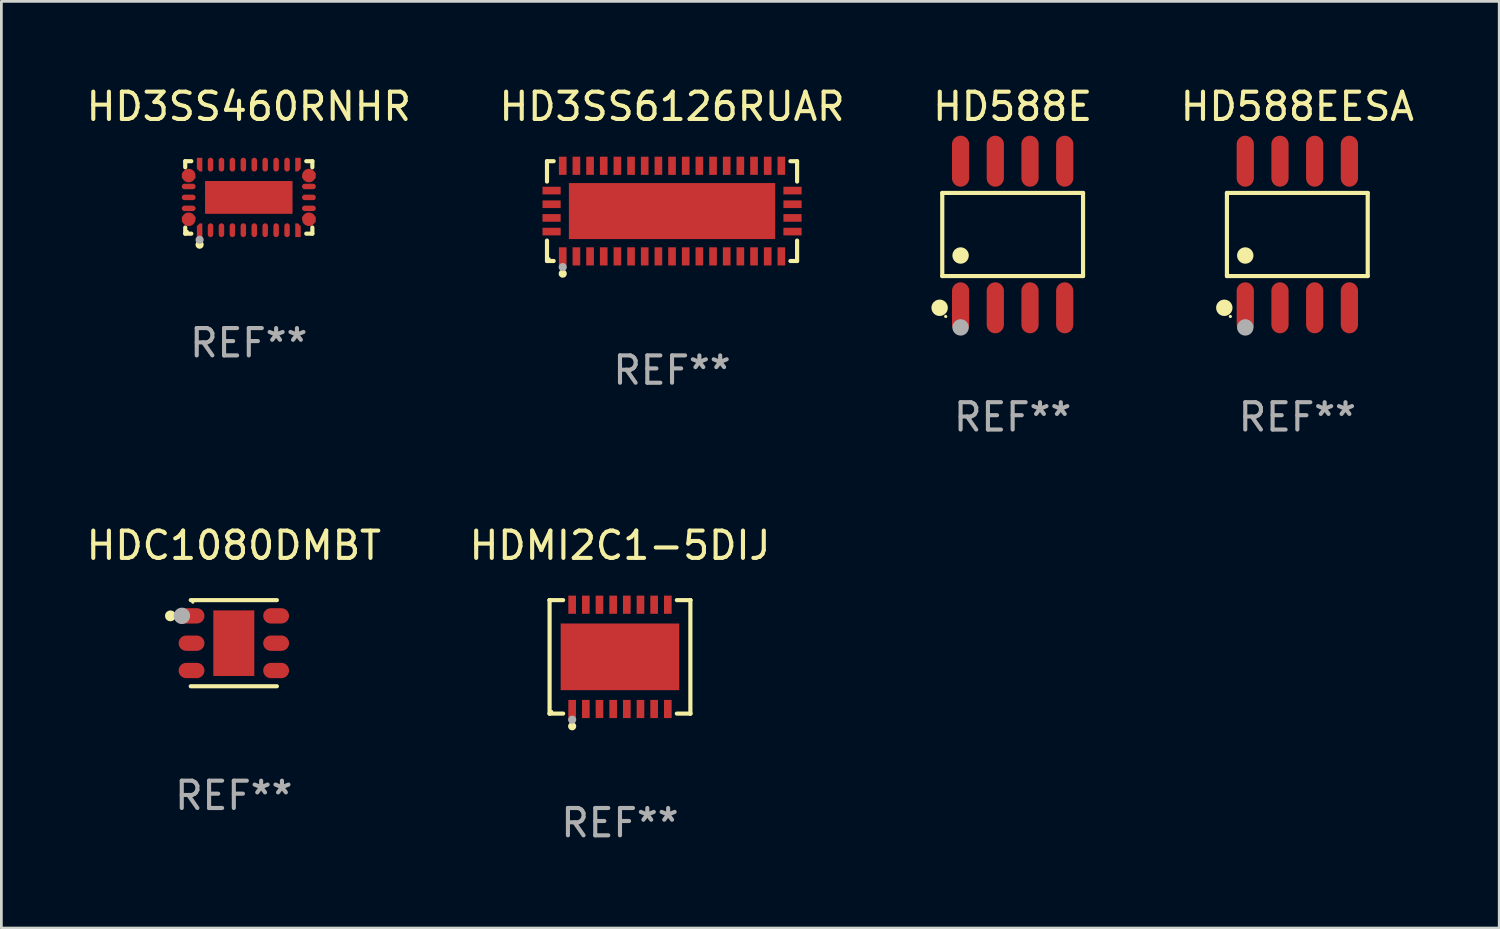
<source format=kicad_pcb>
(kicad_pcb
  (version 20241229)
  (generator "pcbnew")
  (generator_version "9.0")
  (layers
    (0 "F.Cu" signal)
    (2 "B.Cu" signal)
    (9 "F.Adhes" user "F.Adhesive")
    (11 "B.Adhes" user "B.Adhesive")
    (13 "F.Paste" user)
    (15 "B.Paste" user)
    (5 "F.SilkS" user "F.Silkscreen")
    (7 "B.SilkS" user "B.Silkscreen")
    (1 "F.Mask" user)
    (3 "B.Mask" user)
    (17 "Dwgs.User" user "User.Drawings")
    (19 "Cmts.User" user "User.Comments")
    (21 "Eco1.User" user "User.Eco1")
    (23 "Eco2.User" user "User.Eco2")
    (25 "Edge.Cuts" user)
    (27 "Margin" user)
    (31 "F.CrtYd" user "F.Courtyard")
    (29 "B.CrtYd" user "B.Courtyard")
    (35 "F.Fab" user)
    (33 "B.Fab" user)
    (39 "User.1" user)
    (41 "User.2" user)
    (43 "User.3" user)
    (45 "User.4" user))
  (footprint "HDMI2C1-5DIJ"
    (layer "F.Cu")
    (at 19.637 20.986)
    (property "Reference" "HDMI2C1-5DIJ" (at 0 -4.076 0) (layer "F.SilkS") (effects (font (size 1 1) (thickness 0.15))))
    (attr through_hole)
    (fp_line (start -2.576 -2.076) (end -2.576 -2.076) (stroke (width 0.152) (type solid)) (layer "F.SilkS"))
    (fp_line (start -2.576 -2.076) (end -2.08 -2.076) (stroke (width 0.152) (type solid)) (layer "F.SilkS"))
    (fp_line (start -2.576 2.076) (end -2.576 -2.076) (stroke (width 0.152) (type solid)) (layer "F.SilkS"))
    (fp_line (start -2.576 2.076) (end -2.576 2.076) (stroke (width 0.152) (type solid)) (layer "F.SilkS"))
    (fp_line (start -2.08 2.076) (end -2.576 2.076) (stroke (width 0.152) (type solid)) (layer "F.SilkS"))
    (fp_line (start 2.08 2.076) (end 2.576 2.076) (stroke (width 0.152) (type solid)) (layer "F.SilkS"))
    (fp_line (start 2.576 -2.076) (end 2.08 -2.076) (stroke (width 0.152) (type solid)) (layer "F.SilkS"))
    (fp_line (start 2.576 -2.076) (end 2.576 -2.076) (stroke (width 0.152) (type solid)) (layer "F.SilkS"))
    (fp_line (start 2.576 2.076) (end 2.576 -2.076) (stroke (width 0.152) (type solid)) (layer "F.SilkS"))
    (fp_line (start 2.576 2.076) (end 2.576 2.076) (stroke (width 0.152) (type solid)) (layer "F.SilkS"))
    (fp_circle (center -2.5 2) (end -2.47 2) (stroke (width 0.06) (type solid)) (fill no) (layer "F.SilkS"))
    (fp_circle (center -1.75 2.54) (end -1.675 2.54) (stroke (width 0.15) (type solid)) (fill no) (layer "F.SilkS"))
    (fp_circle (center -1.75 2.3) (end -1.675 2.3) (stroke (width 0.15) (type solid)) (fill no) (layer "F.Fab"))
    (fp_text user "REF**" (at 0 6.076 0) (layer "F.Fab") (effects (font (size 1 1) (thickness 0.15))))
    (pad "1" smd rect (at -1.75 1.908) (size 0.28 0.665) (layers "F.Cu" "F.Mask" "F.Paste"))
    (pad "2" smd rect (at -1.25 1.908) (size 0.28 0.665) (layers "F.Cu" "F.Mask" "F.Paste"))
    (pad "3" smd rect (at -0.75 1.908) (size 0.28 0.665) (layers "F.Cu" "F.Mask" "F.Paste"))
    (pad "4" smd rect (at -0.25 1.908) (size 0.28 0.665) (layers "F.Cu" "F.Mask" "F.Paste"))
    (pad "5" smd rect (at 0.25 1.908) (size 0.28 0.665) (layers "F.Cu" "F.Mask" "F.Paste"))
    (pad "6" smd rect (at 0.75 1.908) (size 0.28 0.665) (layers "F.Cu" "F.Mask" "F.Paste"))
    (pad "7" smd rect (at 1.25 1.908) (size 0.28 0.665) (layers "F.Cu" "F.Mask" "F.Paste"))
    (pad "8" smd rect (at 1.75 1.908) (size 0.28 0.665) (layers "F.Cu" "F.Mask" "F.Paste"))
    (pad "9" smd rect (at 1.75 -1.908) (size 0.28 0.665) (layers "F.Cu" "F.Mask" "F.Paste"))
    (pad "10" smd rect (at 1.25 -1.908) (size 0.28 0.665) (layers "F.Cu" "F.Mask" "F.Paste"))
    (pad "11" smd rect (at 0.75 -1.908) (size 0.28 0.665) (layers "F.Cu" "F.Mask" "F.Paste"))
    (pad "12" smd rect (at 0.25 -1.908) (size 0.28 0.665) (layers "F.Cu" "F.Mask" "F.Paste"))
    (pad "13" smd rect (at -0.25 -1.908) (size 0.28 0.665) (layers "F.Cu" "F.Mask" "F.Paste"))
    (pad "14" smd rect (at -0.75 -1.908) (size 0.28 0.665) (layers "F.Cu" "F.Mask" "F.Paste"))
    (pad "15" smd rect (at -1.25 -1.908) (size 0.28 0.665) (layers "F.Cu" "F.Mask" "F.Paste"))
    (pad "16" smd rect (at -1.75 -1.908) (size 0.28 0.665) (layers "F.Cu" "F.Mask" "F.Paste"))
    (pad "17" smd rect (at 0 0) (size 4.34 2.44) (layers "F.Cu" "F.Mask" "F.Paste")))
  (footprint "HD3SS6126RUAR"
    (layer "F.Cu")
    (at 21.542 4.674)
    (property "Reference" "HD3SS6126RUAR" (at 0 -3.826 0) (layer "F.SilkS") (effects (font (size 1 1) (thickness 0.15))))
    (attr through_hole)
    (fp_line (start -4.576 -1.826) (end -4.331 -1.826) (stroke (width 0.152) (type solid)) (layer "F.SilkS"))
    (fp_line (start -4.576 -1.08) (end -4.576 -1.826) (stroke (width 0.152) (type solid)) (layer "F.SilkS"))
    (fp_line (start -4.576 1.08) (end -4.576 1.826) (stroke (width 0.152) (type solid)) (layer "F.SilkS"))
    (fp_line (start -4.576 1.826) (end -4.331 1.826) (stroke (width 0.152) (type solid)) (layer "F.SilkS"))
    (fp_line (start 4.576 -1.826) (end 4.331 -1.826) (stroke (width 0.152) (type solid)) (layer "F.SilkS"))
    (fp_line (start 4.576 -1.08) (end 4.576 -1.826) (stroke (width 0.152) (type solid)) (layer "F.SilkS"))
    (fp_line (start 4.576 1.08) (end 4.576 1.826) (stroke (width 0.152) (type solid)) (layer "F.SilkS"))
    (fp_line (start 4.576 1.826) (end 4.331 1.826) (stroke (width 0.152) (type solid)) (layer "F.SilkS"))
    (fp_circle (center -4.5 1.75) (end -4.47 1.75) (stroke (width 0.06) (type solid)) (fill no) (layer "F.SilkS"))
    (fp_circle (center -4 2.29) (end -3.925 2.29) (stroke (width 0.15) (type solid)) (fill no) (layer "F.SilkS"))
    (fp_circle (center -4 2.05) (end -3.925 2.05) (stroke (width 0.15) (type solid)) (fill no) (layer "F.Fab"))
    (fp_text user "REF**" (at 0 5.826 0) (layer "F.Fab") (effects (font (size 1 1) (thickness 0.15))))
    (pad "1" smd rect (at -4 1.658) (size 0.28 0.665) (layers "F.Cu" "F.Mask" "F.Paste"))
    (pad "2" smd rect (at -3.5 1.658) (size 0.28 0.665) (layers "F.Cu" "F.Mask" "F.Paste"))
    (pad "3" smd rect (at -3 1.658) (size 0.28 0.665) (layers "F.Cu" "F.Mask" "F.Paste"))
    (pad "4" smd rect (at -2.5 1.658) (size 0.28 0.665) (layers "F.Cu" "F.Mask" "F.Paste"))
    (pad "5" smd rect (at -2 1.658) (size 0.28 0.665) (layers "F.Cu" "F.Mask" "F.Paste"))
    (pad "6" smd rect (at -1.5 1.658) (size 0.28 0.665) (layers "F.Cu" "F.Mask" "F.Paste"))
    (pad "7" smd rect (at -1 1.658) (size 0.28 0.665) (layers "F.Cu" "F.Mask" "F.Paste"))
    (pad "8" smd rect (at -0.5 1.658) (size 0.28 0.665) (layers "F.Cu" "F.Mask" "F.Paste"))
    (pad "9" smd rect (at 0 1.658) (size 0.28 0.665) (layers "F.Cu" "F.Mask" "F.Paste"))
    (pad "10" smd rect (at 0.5 1.658) (size 0.28 0.665) (layers "F.Cu" "F.Mask" "F.Paste"))
    (pad "11" smd rect (at 1 1.658) (size 0.28 0.665) (layers "F.Cu" "F.Mask" "F.Paste"))
    (pad "12" smd rect (at 1.5 1.658) (size 0.28 0.665) (layers "F.Cu" "F.Mask" "F.Paste"))
    (pad "13" smd rect (at 2 1.658) (size 0.28 0.665) (layers "F.Cu" "F.Mask" "F.Paste"))
    (pad "14" smd rect (at 2.5 1.658) (size 0.28 0.665) (layers "F.Cu" "F.Mask" "F.Paste"))
    (pad "15" smd rect (at 3 1.658) (size 0.28 0.665) (layers "F.Cu" "F.Mask" "F.Paste"))
    (pad "16" smd rect (at 3.5 1.658) (size 0.28 0.665) (layers "F.Cu" "F.Mask" "F.Paste"))
    (pad "17" smd rect (at 4 1.658) (size 0.28 0.665) (layers "F.Cu" "F.Mask" "F.Paste"))
    (pad "18" smd rect (at 4.408 0.75) (size 0.665 0.28) (layers "F.Cu" "F.Mask" "F.Paste"))
    (pad "19" smd rect (at 4.408 0.25) (size 0.665 0.28) (layers "F.Cu" "F.Mask" "F.Paste"))
    (pad "20" smd rect (at 4.408 -0.25) (size 0.665 0.28) (layers "F.Cu" "F.Mask" "F.Paste"))
    (pad "21" smd rect (at 4.408 -0.75) (size 0.665 0.28) (layers "F.Cu" "F.Mask" "F.Paste"))
    (pad "22" smd rect (at 4 -1.658) (size 0.28 0.665) (layers "F.Cu" "F.Mask" "F.Paste"))
    (pad "23" smd rect (at 3.5 -1.658) (size 0.28 0.665) (layers "F.Cu" "F.Mask" "F.Paste"))
    (pad "24" smd rect (at 3 -1.658) (size 0.28 0.665) (layers "F.Cu" "F.Mask" "F.Paste"))
    (pad "25" smd rect (at 2.5 -1.658) (size 0.28 0.665) (layers "F.Cu" "F.Mask" "F.Paste"))
    (pad "26" smd rect (at 2 -1.658) (size 0.28 0.665) (layers "F.Cu" "F.Mask" "F.Paste"))
    (pad "27" smd rect (at 1.5 -1.658) (size 0.28 0.665) (layers "F.Cu" "F.Mask" "F.Paste"))
    (pad "28" smd rect (at 1 -1.658) (size 0.28 0.665) (layers "F.Cu" "F.Mask" "F.Paste"))
    (pad "29" smd rect (at 0.5 -1.658) (size 0.28 0.665) (layers "F.Cu" "F.Mask" "F.Paste"))
    (pad "30" smd rect (at 0 -1.658) (size 0.28 0.665) (layers "F.Cu" "F.Mask" "F.Paste"))
    (pad "31" smd rect (at -0.5 -1.658) (size 0.28 0.665) (layers "F.Cu" "F.Mask" "F.Paste"))
    (pad "32" smd rect (at -1 -1.658) (size 0.28 0.665) (layers "F.Cu" "F.Mask" "F.Paste"))
    (pad "33" smd rect (at -1.5 -1.658) (size 0.28 0.665) (layers "F.Cu" "F.Mask" "F.Paste"))
    (pad "34" smd rect (at -2 -1.658) (size 0.28 0.665) (layers "F.Cu" "F.Mask" "F.Paste"))
    (pad "35" smd rect (at -2.5 -1.658) (size 0.28 0.665) (layers "F.Cu" "F.Mask" "F.Paste"))
    (pad "36" smd rect (at -3 -1.658) (size 0.28 0.665) (layers "F.Cu" "F.Mask" "F.Paste"))
    (pad "37" smd rect (at -3.5 -1.658) (size 0.28 0.665) (layers "F.Cu" "F.Mask" "F.Paste"))
    (pad "38" smd rect (at -4 -1.658) (size 0.28 0.665) (layers "F.Cu" "F.Mask" "F.Paste"))
    (pad "39" smd rect (at -4.408 -0.75) (size 0.665 0.28) (layers "F.Cu" "F.Mask" "F.Paste"))
    (pad "40" smd rect (at -4.408 -0.25) (size 0.665 0.28) (layers "F.Cu" "F.Mask" "F.Paste"))
    (pad "41" smd rect (at -4.408 0.25) (size 0.665 0.28) (layers "F.Cu" "F.Mask" "F.Paste"))
    (pad "42" smd rect (at -4.408 0.75) (size 0.665 0.28) (layers "F.Cu" "F.Mask" "F.Paste"))
    (pad "43" smd rect (at 0 0) (size 7.55 2.05) (layers "F.Cu" "F.Mask" "F.Paste")))
  (footprint "HD588E"
    (layer "F.Cu")
    (at 34.006 5.531)
    (property "Reference" "HD588E" (at 0 -4.682 0) (layer "F.SilkS") (effects (font (size 1 1) (thickness 0.15))))
    (attr through_hole)
    (fp_line (start -2.576 -1.521) (end 2.576 -1.521) (stroke (width 0.152) (type solid)) (layer "F.SilkS"))
    (fp_line (start -2.576 1.521) (end -2.576 -1.521) (stroke (width 0.152) (type solid)) (layer "F.SilkS"))
    (fp_line (start 2.576 -1.521) (end 2.576 1.521) (stroke (width 0.152) (type solid)) (layer "F.SilkS"))
    (fp_line (start 2.576 1.521) (end -2.576 1.521) (stroke (width 0.152) (type solid)) (layer "F.SilkS"))
    (fp_circle (center -2.672 2.682) (end -2.522 2.682) (stroke (width 0.3) (type solid)) (fill no) (layer "F.SilkS"))
    (fp_circle (center -2.45 3) (end -2.42 3) (stroke (width 0.06) (type solid)) (fill no) (layer "F.SilkS"))
    (fp_circle (center -1.905 0.769) (end -1.755 0.769) (stroke (width 0.3) (type solid)) (fill no) (layer "F.SilkS"))
    (fp_circle (center -1.905 3.4) (end -1.755 3.4) (stroke (width 0.3) (type solid)) (fill no) (layer "F.Fab"))
    (fp_text user "REF**" (at 0 6.682 0) (layer "F.Fab") (effects (font (size 1 1) (thickness 0.15))))
    (pad "1" smd oval (at -1.905 2.682) (size 0.63 1.865) (layers "F.Cu" "F.Mask" "F.Paste"))
    (pad "2" smd oval (at -0.635 2.682) (size 0.63 1.865) (layers "F.Cu" "F.Mask" "F.Paste"))
    (pad "3" smd oval (at 0.635 2.682) (size 0.63 1.865) (layers "F.Cu" "F.Mask" "F.Paste"))
    (pad "4" smd oval (at 1.905 2.682) (size 0.63 1.865) (layers "F.Cu" "F.Mask" "F.Paste"))
    (pad "5" smd oval (at 1.905 -2.682) (size 0.63 1.865) (layers "F.Cu" "F.Mask" "F.Paste"))
    (pad "6" smd oval (at 0.635 -2.682) (size 0.63 1.865) (layers "F.Cu" "F.Mask" "F.Paste"))
    (pad "7" smd oval (at -0.635 -2.682) (size 0.63 1.865) (layers "F.Cu" "F.Mask" "F.Paste"))
    (pad "8" smd oval (at -1.905 -2.682) (size 0.63 1.865) (layers "F.Cu" "F.Mask" "F.Paste")))
  (footprint "HD3SS460RNHR"
    (layer "F.Cu")
    (at 6.054 4.174)
    (property "Reference" "HD3SS460RNHR" (at 0 -3.326 0) (layer "F.SilkS") (effects (font (size 1 1) (thickness 0.15))))
    (attr through_hole)
    (fp_line (start -2.326 -1.326) (end -2.103 -1.326) (stroke (width 0.152) (type solid)) (layer "F.SilkS"))
    (fp_line (start -2.326 -1.103) (end -2.326 -1.326) (stroke (width 0.152) (type solid)) (layer "F.SilkS"))
    (fp_line (start -2.326 1.103) (end -2.326 1.326) (stroke (width 0.152) (type solid)) (layer "F.SilkS"))
    (fp_line (start -2.326 1.326) (end -2.103 1.326) (stroke (width 0.152) (type solid)) (layer "F.SilkS"))
    (fp_line (start 2.326 -1.326) (end 2.103 -1.326) (stroke (width 0.152) (type solid)) (layer "F.SilkS"))
    (fp_line (start 2.326 -1.103) (end 2.326 -1.326) (stroke (width 0.152) (type solid)) (layer "F.SilkS"))
    (fp_line (start 2.326 1.103) (end 2.326 1.326) (stroke (width 0.152) (type solid)) (layer "F.SilkS"))
    (fp_line (start 2.326 1.326) (end 2.103 1.326) (stroke (width 0.152) (type solid)) (layer "F.SilkS"))
    (fp_circle (center -2.25 1.25) (end -2.22 1.25) (stroke (width 0.06) (type solid)) (fill no) (layer "F.SilkS"))
    (fp_circle (center -1.8 1.73) (end -1.725 1.73) (stroke (width 0.15) (type solid)) (fill no) (layer "F.SilkS"))
    (fp_circle (center -1.8 1.55) (end -1.725 1.55) (stroke (width 0.15) (type solid)) (fill no) (layer "F.Fab"))
    (fp_text user "REF**" (at 0 5.326 0) (layer "F.Fab") (effects (font (size 1 1) (thickness 0.15))))
    (pad "1" smd custom (at -1.8 1.2) (size 0.2 0.5) (layers "F.Cu" "F.Mask" "F.Paste") (options (anchor circle)) (primitives (gr_poly (pts (xy -0.1 0.25) (xy 0.1 0.25) (xy 0.1 -0.25) (xy 0.1 -0.25) (xy -0.000051 -0.25) (xy -0.1 -0.15)) (width 0) (fill yes))))
    (pad "2" smd oval (at -1.4 1.2) (size 0.2 0.505) (layers "F.Cu" "F.Mask" "F.Paste"))
    (pad "3" smd oval (at -1 1.2) (size 0.2 0.505) (layers "F.Cu" "F.Mask" "F.Paste"))
    (pad "4" smd oval (at -0.6 1.2) (size 0.2 0.505) (layers "F.Cu" "F.Mask" "F.Paste"))
    (pad "5" smd oval (at -0.2 1.2) (size 0.2 0.505) (layers "F.Cu" "F.Mask" "F.Paste"))
    (pad "6" smd oval (at 0.2 1.2) (size 0.2 0.505) (layers "F.Cu" "F.Mask" "F.Paste"))
    (pad "7" smd oval (at 0.6 1.2) (size 0.2 0.505) (layers "F.Cu" "F.Mask" "F.Paste"))
    (pad "8" smd oval (at 1 1.2) (size 0.2 0.505) (layers "F.Cu" "F.Mask" "F.Paste"))
    (pad "9" smd oval (at 1.4 1.2) (size 0.2 0.505) (layers "F.Cu" "F.Mask" "F.Paste"))
    (pad "10" smd custom (at 1.8 1.2) (size 0.2 0.5) (layers "F.Cu" "F.Mask" "F.Paste") (options (anchor circle)) (primitives (gr_poly (pts (xy 0.1 0.25) (xy -0.1 0.25) (xy -0.1 -0.25) (xy -0.1 -0.25) (xy 0 -0.25) (xy 0.1 -0.15)) (width 0) (fill yes))))
    (pad "11" smd custom (at 2.2 0.8) (size 0.5 0.2) (layers "F.Cu" "F.Mask" "F.Paste") (options (anchor circle)) (primitives (gr_poly (pts (xy 0.25 0.1) (xy 0.25 -0.1) (xy -0.25 -0.1) (xy -0.25 -0.1) (xy -0.25 0.000051) (xy -0.15 0.1)) (width 0) (fill yes))))
    (pad "12" smd oval (at 2.2 0.4) (size 0.505 0.2) (layers "F.Cu" "F.Mask" "F.Paste"))
    (pad "13" smd oval (at 2.2 0) (size 0.505 0.2) (layers "F.Cu" "F.Mask" "F.Paste"))
    (pad "14" smd oval (at 2.2 -0.4) (size 0.505 0.2) (layers "F.Cu" "F.Mask" "F.Paste"))
    (pad "15" smd custom (at 2.2 -0.8) (size 0.5 0.2) (layers "F.Cu" "F.Mask" "F.Paste") (options (anchor circle)) (primitives (gr_poly (pts (xy 0.25 -0.1) (xy 0.25 0.1) (xy -0.25 0.1) (xy -0.25 0.1) (xy -0.25 -0.000051) (xy -0.15 -0.1)) (width 0) (fill yes))))
    (pad "16" smd custom (at 1.8 -1.2) (size 0.2 0.5) (layers "F.Cu" "F.Mask" "F.Paste") (options (anchor circle)) (primitives (gr_poly (pts (xy 0.1 -0.25) (xy -0.1 -0.25) (xy -0.1 0.25) (xy -0.1 0.25) (xy 0.000051 0.25) (xy 0.1 0.15)) (width 0) (fill yes))))
    (pad "17" smd oval (at 1.4 -1.2) (size 0.2 0.505) (layers "F.Cu" "F.Mask" "F.Paste"))
    (pad "18" smd oval (at 1 -1.2) (size 0.2 0.505) (layers "F.Cu" "F.Mask" "F.Paste"))
    (pad "19" smd oval (at 0.6 -1.2) (size 0.2 0.505) (layers "F.Cu" "F.Mask" "F.Paste"))
    (pad "20" smd oval (at 0.2 -1.2) (size 0.2 0.505) (layers "F.Cu" "F.Mask" "F.Paste"))
    (pad "21" smd oval (at -0.2 -1.2) (size 0.2 0.505) (layers "F.Cu" "F.Mask" "F.Paste"))
    (pad "22" smd oval (at -0.6 -1.2) (size 0.2 0.505) (layers "F.Cu" "F.Mask" "F.Paste"))
    (pad "23" smd oval (at -1 -1.2) (size 0.2 0.505) (layers "F.Cu" "F.Mask" "F.Paste"))
    (pad "24" smd oval (at -1.4 -1.2) (size 0.2 0.505) (layers "F.Cu" "F.Mask" "F.Paste"))
    (pad "25" smd custom (at -1.8 -1.2) (size 0.2 0.5) (layers "F.Cu" "F.Mask" "F.Paste") (options (anchor circle)) (primitives (gr_poly (pts (xy -0.1 -0.25) (xy 0.1 -0.25) (xy 0.1 0.25) (xy 0.1 0.25) (xy -0.000051 0.25) (xy -0.1 0.15)) (width 0) (fill yes))))
    (pad "26" smd custom (at -2.2 -0.8) (size 0.5 0.2) (layers "F.Cu" "F.Mask" "F.Paste") (options (anchor circle)) (primitives (gr_poly (pts (xy -0.25 -0.1) (xy -0.25 0.1) (xy 0.25 0.1) (xy 0.25 0.1) (xy 0.25 0.000051) (xy 0.15 -0.1)) (width 0) (fill yes))))
    (pad "27" smd oval (at -2.2 -0.4) (size 0.505 0.2) (layers "F.Cu" "F.Mask" "F.Paste"))
    (pad "28" smd oval (at -2.2 0) (size 0.505 0.2) (layers "F.Cu" "F.Mask" "F.Paste"))
    (pad "29" smd oval (at -2.2 0.4) (size 0.505 0.2) (layers "F.Cu" "F.Mask" "F.Paste"))
    (pad "30" smd custom (at -2.2 0.8) (size 0.5 0.2) (layers "F.Cu" "F.Mask" "F.Paste") (options (anchor circle)) (primitives (gr_poly (pts (xy -0.25 0.1) (xy -0.25 -0.1) (xy 0.25 -0.1) (xy 0.25 -0.1) (xy 0.25 0.000076) (xy 0.15 0.1)) (width 0) (fill yes))))
    (pad "31" smd rect (at 0 0) (size 3.2 1.2) (layers "F.Cu" "F.Mask" "F.Paste")))
  (footprint "HDC1080DMBT"
    (layer "F.Cu")
    (at 5.506 20.486)
    (property "Reference" "HDC1080DMBT" (at 0 -3.576 0) (layer "F.SilkS") (effects (font (size 1 1) (thickness 0.15))))
    (attr through_hole)
    (fp_line (start -1.576 -1.576) (end 1.576 -1.576) (stroke (width 0.152) (type solid)) (layer "F.SilkS"))
    (fp_line (start 1.576 1.576) (end -1.576 1.576) (stroke (width 0.152) (type solid)) (layer "F.SilkS"))
    (fp_circle (center -2.32 -1) (end -2.22 -1) (stroke (width 0.2) (type solid)) (fill no) (layer "F.SilkS"))
    (fp_circle (center -1.5 -1.5) (end -1.47 -1.5) (stroke (width 0.06) (type solid)) (fill no) (layer "F.SilkS"))
    (fp_circle (center -1.9 -1) (end -1.75 -1) (stroke (width 0.3) (type solid)) (fill no) (layer "F.Fab"))
    (fp_text user "REF**" (at 0 5.576 0) (layer "F.Fab") (effects (font (size 1 1) (thickness 0.15))))
    (pad "1" smd oval (at -1.547 -1 270) (size 0.56 0.945) (layers "F.Cu" "F.Mask" "F.Paste"))
    (pad "2" smd oval (at -1.547 0 270) (size 0.56 0.945) (layers "F.Cu" "F.Mask" "F.Paste"))
    (pad "3" smd oval (at -1.547 1 270) (size 0.56 0.945) (layers "F.Cu" "F.Mask" "F.Paste"))
    (pad "4" smd oval (at 1.548 1 270) (size 0.56 0.945) (layers "F.Cu" "F.Mask" "F.Paste"))
    (pad "5" smd oval (at 1.548 0 270) (size 0.56 0.945) (layers "F.Cu" "F.Mask" "F.Paste"))
    (pad "6" smd oval (at 1.548 -1 270) (size 0.56 0.945) (layers "F.Cu" "F.Mask" "F.Paste"))
    (pad "7" smd rect (at 0 0) (size 1.5 2.4) (layers "F.Cu" "F.Mask" "F.Paste")))
  (footprint "HD588EESA"
    (layer "F.Cu")
    (at 44.423 5.531)
    (property "Reference" "HD588EESA" (at 0 -4.682 0) (layer "F.SilkS") (effects (font (size 1 1) (thickness 0.15))))
    (attr through_hole)
    (fp_line (start -2.576 -1.521) (end 2.576 -1.521) (stroke (width 0.152) (type solid)) (layer "F.SilkS"))
    (fp_line (start -2.576 1.521) (end -2.576 -1.521) (stroke (width 0.152) (type solid)) (layer "F.SilkS"))
    (fp_line (start 2.576 -1.521) (end 2.576 1.521) (stroke (width 0.152) (type solid)) (layer "F.SilkS"))
    (fp_line (start 2.576 1.521) (end -2.576 1.521) (stroke (width 0.152) (type solid)) (layer "F.SilkS"))
    (fp_circle (center -2.672 2.682) (end -2.522 2.682) (stroke (width 0.3) (type solid)) (fill no) (layer "F.SilkS"))
    (fp_circle (center -2.45 3) (end -2.42 3) (stroke (width 0.06) (type solid)) (fill no) (layer "F.SilkS"))
    (fp_circle (center -1.905 0.769) (end -1.755 0.769) (stroke (width 0.3) (type solid)) (fill no) (layer "F.SilkS"))
    (fp_circle (center -1.905 3.4) (end -1.755 3.4) (stroke (width 0.3) (type solid)) (fill no) (layer "F.Fab"))
    (fp_text user "REF**" (at 0 6.682 0) (layer "F.Fab") (effects (font (size 1 1) (thickness 0.15))))
    (pad "1" smd oval (at -1.905 2.682) (size 0.63 1.865) (layers "F.Cu" "F.Mask" "F.Paste"))
    (pad "2" smd oval (at -0.635 2.682) (size 0.63 1.865) (layers "F.Cu" "F.Mask" "F.Paste"))
    (pad "3" smd oval (at 0.635 2.682) (size 0.63 1.865) (layers "F.Cu" "F.Mask" "F.Paste"))
    (pad "4" smd oval (at 1.905 2.682) (size 0.63 1.865) (layers "F.Cu" "F.Mask" "F.Paste"))
    (pad "5" smd oval (at 1.905 -2.682) (size 0.63 1.865) (layers "F.Cu" "F.Mask" "F.Paste"))
    (pad "6" smd oval (at 0.635 -2.682) (size 0.63 1.865) (layers "F.Cu" "F.Mask" "F.Paste"))
    (pad "7" smd oval (at -0.635 -2.682) (size 0.63 1.865) (layers "F.Cu" "F.Mask" "F.Paste"))
    (pad "8" smd oval (at -1.905 -2.682) (size 0.63 1.865) (layers "F.Cu" "F.Mask" "F.Paste")))
  (gr_rect
    (start -3 -3)
    (end 51.81 30.91)
    (stroke (width 0.1) (type default))
    (fill no)
    (layer "Edge.Cuts")))
</source>
